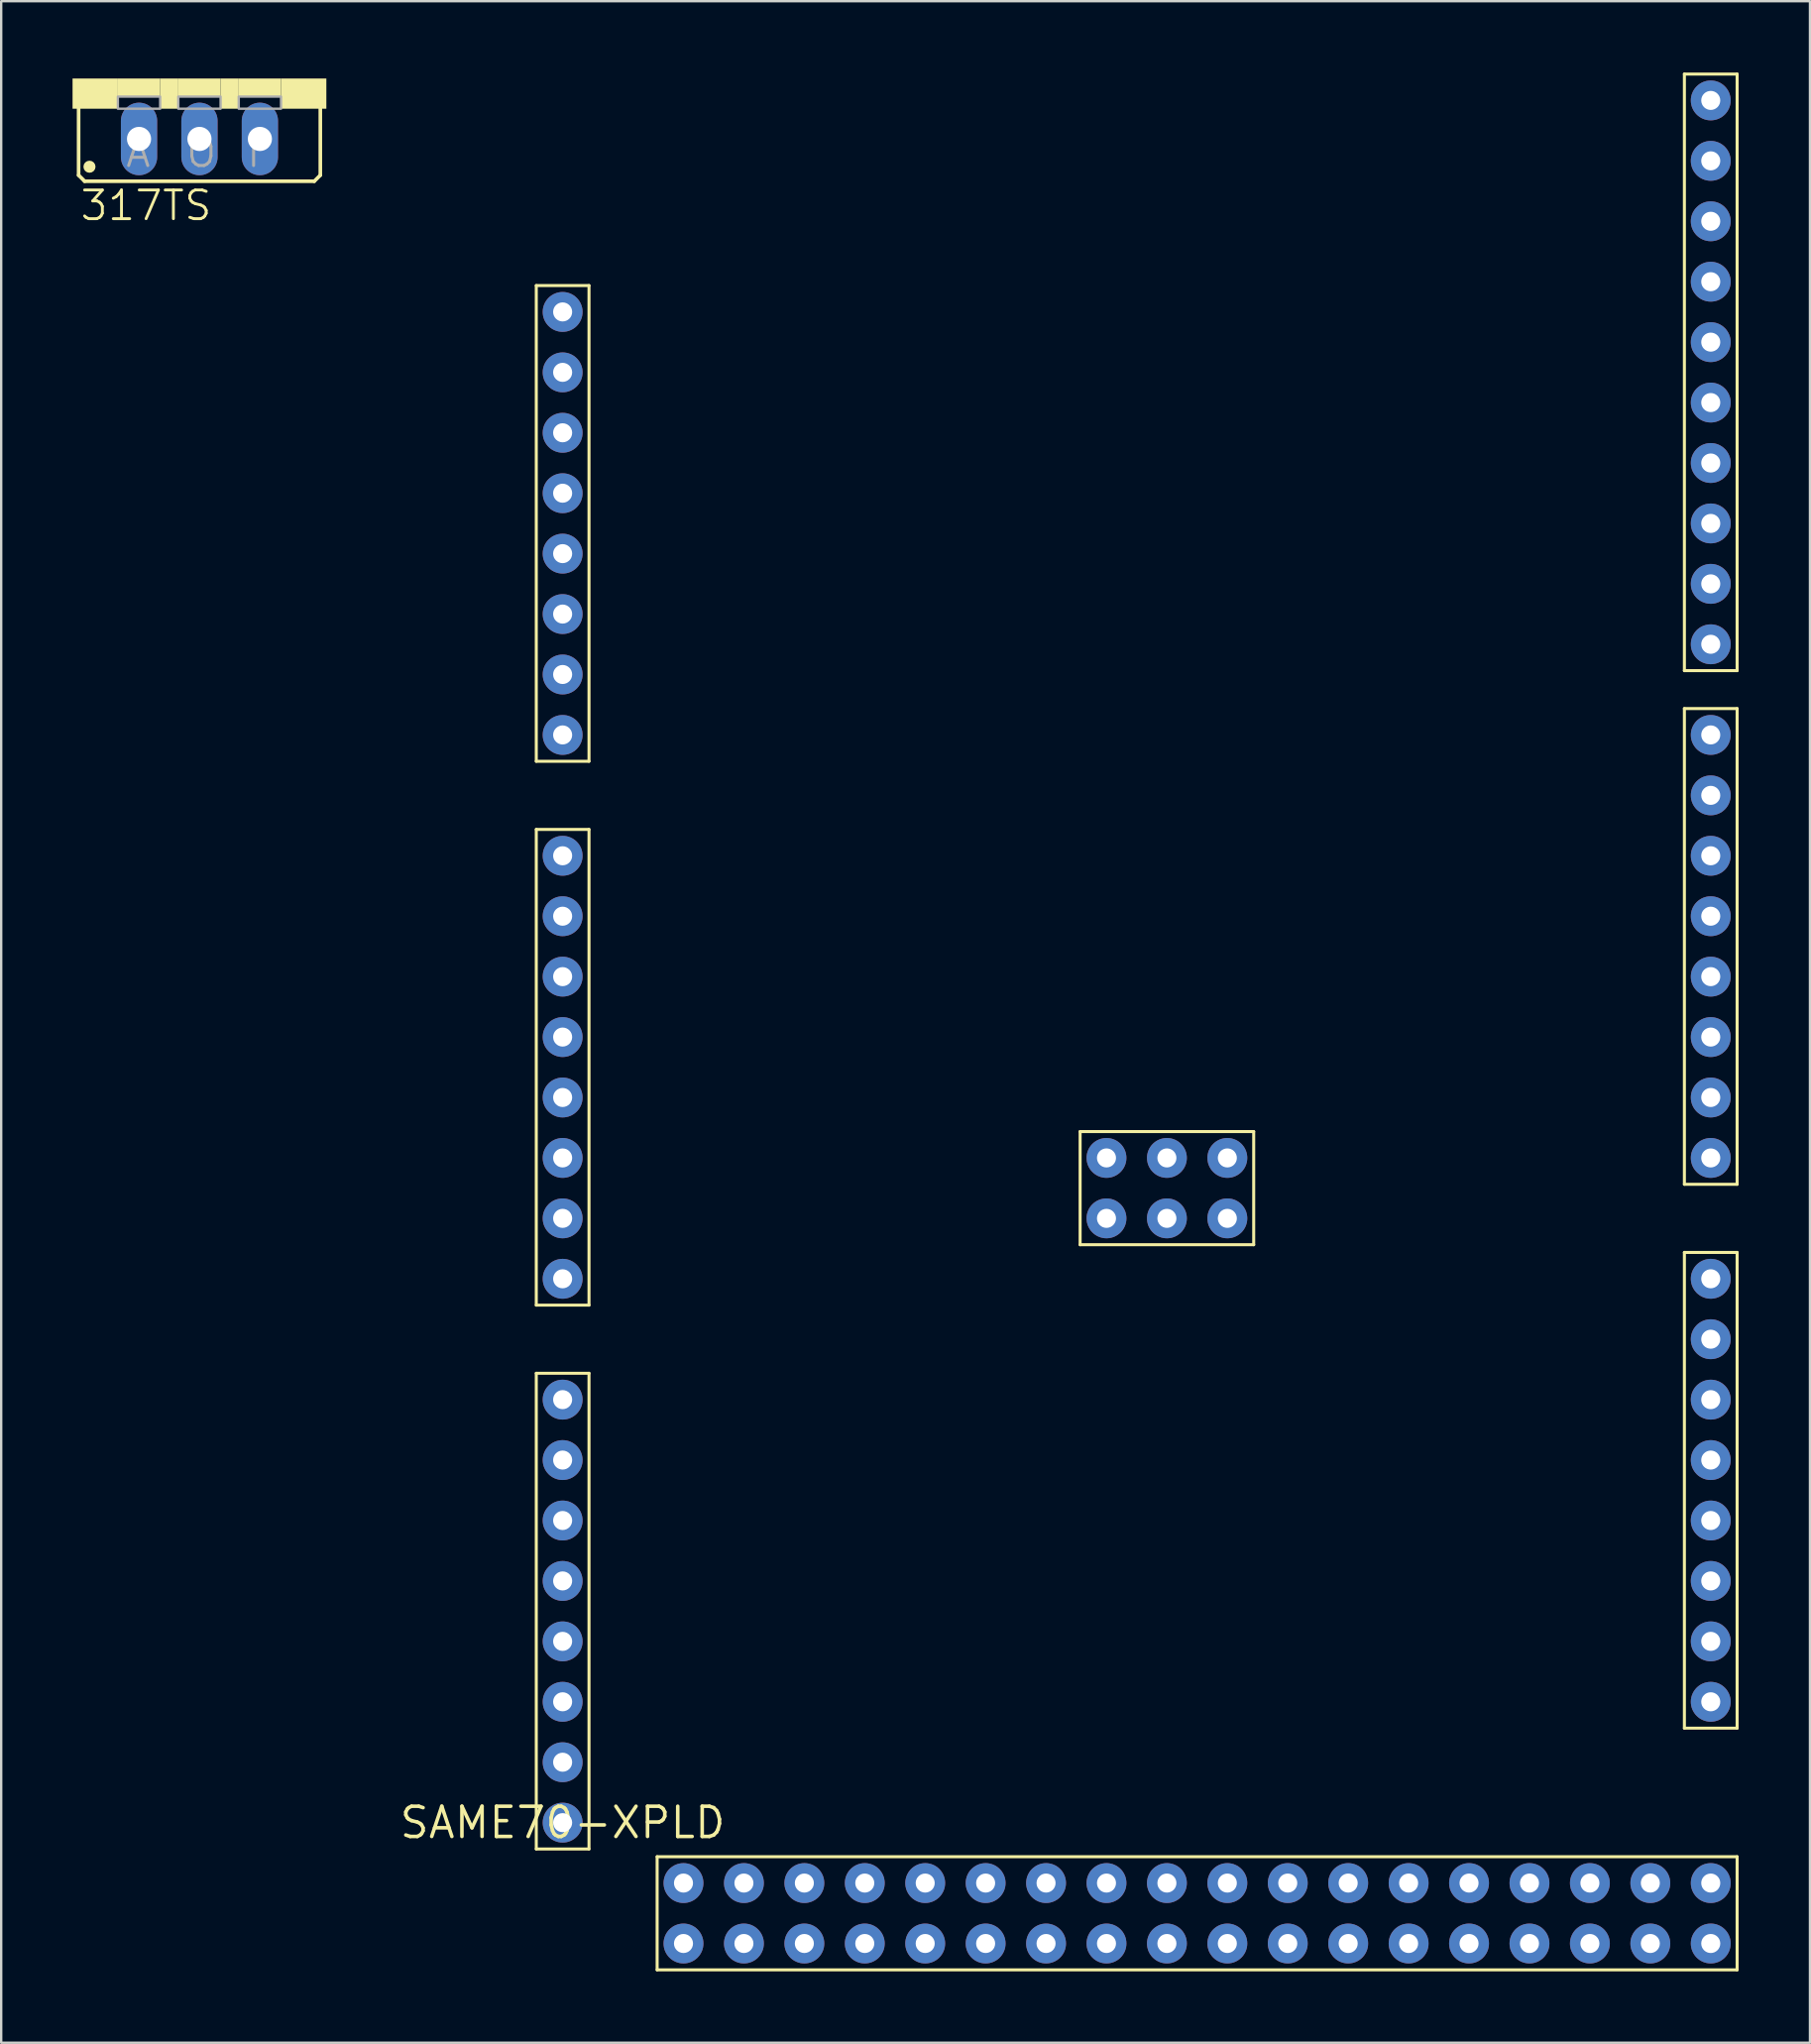
<source format=kicad_pcb>
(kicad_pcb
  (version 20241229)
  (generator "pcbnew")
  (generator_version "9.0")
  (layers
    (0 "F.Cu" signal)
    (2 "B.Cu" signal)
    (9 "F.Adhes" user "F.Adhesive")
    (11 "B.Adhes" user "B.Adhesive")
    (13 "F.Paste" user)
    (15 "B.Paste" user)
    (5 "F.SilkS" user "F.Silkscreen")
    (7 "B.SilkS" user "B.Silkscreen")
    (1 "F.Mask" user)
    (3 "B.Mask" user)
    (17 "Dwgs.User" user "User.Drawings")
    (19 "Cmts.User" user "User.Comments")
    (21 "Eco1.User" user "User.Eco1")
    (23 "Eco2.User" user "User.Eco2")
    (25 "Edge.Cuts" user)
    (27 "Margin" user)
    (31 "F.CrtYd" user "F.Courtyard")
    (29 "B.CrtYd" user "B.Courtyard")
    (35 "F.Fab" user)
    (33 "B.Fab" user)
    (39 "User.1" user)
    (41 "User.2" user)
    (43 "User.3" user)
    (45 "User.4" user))
  (footprint "317TS"
    (layer "F.Cu")
    (at 5.334 0.25)
    (property "Reference" "317TS" (at -5.08 6.045 0) (layer "F.SilkS") (effects (font (size 1.206 1.206) (thickness 0.121)) (justify left bottom)))
    (attr through_hole)
    (fp_line (start -5.08 4.064) (end -5.08 1.143) (stroke (width 0.152) (type solid)) (layer "F.SilkS"))
    (fp_line (start -5.08 4.064) (end -4.826 4.318) (stroke (width 0.152) (type solid)) (layer "F.SilkS"))
    (fp_line (start 4.826 4.318) (end -4.826 4.318) (stroke (width 0.152) (type solid)) (layer "F.SilkS"))
    (fp_line (start 4.826 4.318) (end 5.08 4.064) (stroke (width 0.152) (type solid)) (layer "F.SilkS"))
    (fp_line (start 5.08 1.143) (end 5.08 4.064) (stroke (width 0.152) (type solid)) (layer "F.SilkS"))
    (fp_circle (center -4.623 3.708) (end -4.496 3.708) (stroke (width 0.254) (type solid)) (fill no) (layer "F.SilkS"))
    (fp_poly (pts (xy -5.334 1.27) (xy -3.429 1.27) (xy -3.429 0) (xy -5.334 0)) (stroke (width 0) (type solid)) (fill yes) (layer "F.SilkS"))
    (fp_poly (pts (xy -3.429 0.762) (xy -1.651 0.762) (xy -1.651 0) (xy -3.429 0)) (stroke (width 0) (type solid)) (fill yes) (layer "F.SilkS"))
    (fp_poly (pts (xy -1.651 1.27) (xy -0.889 1.27) (xy -0.889 0) (xy -1.651 0)) (stroke (width 0) (type solid)) (fill yes) (layer "F.SilkS"))
    (fp_poly (pts (xy -0.889 0.762) (xy 0.889 0.762) (xy 0.889 0) (xy -0.889 0)) (stroke (width 0) (type solid)) (fill yes) (layer "F.SilkS"))
    (fp_poly (pts (xy 0.889 1.27) (xy 1.651 1.27) (xy 1.651 0) (xy 0.889 0)) (stroke (width 0) (type solid)) (fill yes) (layer "F.SilkS"))
    (fp_poly (pts (xy 1.651 0.762) (xy 3.429 0.762) (xy 3.429 0) (xy 1.651 0)) (stroke (width 0) (type solid)) (fill yes) (layer "F.SilkS"))
    (fp_poly (pts (xy 3.429 1.27) (xy 5.334 1.27) (xy 5.334 0) (xy 3.429 0)) (stroke (width 0) (type solid)) (fill yes) (layer "F.SilkS"))
    (fp_poly (pts (xy -3.429 1.27) (xy -1.651 1.27) (xy -1.651 0.762) (xy -3.429 0.762)) (stroke (width 0.1) (type solid)) (fill no) (layer "F.Fab"))
    (fp_poly (pts (xy -0.889 1.27) (xy 0.889 1.27) (xy 0.889 0.762) (xy -0.889 0.762)) (stroke (width 0.1) (type solid)) (fill no) (layer "F.Fab"))
    (fp_poly (pts (xy 1.651 1.27) (xy 3.429 1.27) (xy 3.429 0.762) (xy 1.651 0.762)) (stroke (width 0.1) (type solid)) (fill no) (layer "F.Fab"))
    (fp_text user "O" (at -0.635 3.81 0) (layer "F.Fab") (effects (font (size 1.206 1.206) (thickness 0.127)) (justify left bottom)))
    (fp_text user "I" (at 1.905 3.81 0) (layer "F.Fab") (effects (font (size 1.206 1.206) (thickness 0.127)) (justify left bottom)))
    (fp_text user "A" (at -3.175 3.81 0) (layer "F.Fab") (effects (font (size 1.206 1.206) (thickness 0.127)) (justify left bottom)))
    (pad "1" thru_hole oval (at -2.54 2.54 90) (size 3.048 1.524) (drill 1.016) (layers "*.Cu" "*.Mask"))
    (pad "2" thru_hole oval (at 0 2.54 90) (size 3.048 1.524) (drill 1.016) (layers "*.Cu" "*.Mask"))
    (pad "3" thru_hole oval (at 2.54 2.54 90) (size 3.048 1.524) (drill 1.016) (layers "*.Cu" "*.Mask")))
  (footprint "SAME70-XPLD"
    (layer "F.Cu")
    (at 20.6 73.561)
    (property "Reference" "SAME70-XPLD" (at 0 0 0) (layer "F.SilkS") (effects (font (size 1.27 1.27) (thickness 0.15))))
    (attr through_hole)
    (fp_line (start -1.108 -64.608) (end 1.108 -64.608) (stroke (width 0.127) (type solid)) (layer "F.SilkS"))
    (fp_line (start -1.108 -44.612) (end -1.108 -64.608) (stroke (width 0.127) (type solid)) (layer "F.SilkS"))
    (fp_line (start -1.108 -41.748) (end 1.108 -41.748) (stroke (width 0.127) (type solid)) (layer "F.SilkS"))
    (fp_line (start -1.108 -21.752) (end -1.108 -41.748) (stroke (width 0.127) (type solid)) (layer "F.SilkS"))
    (fp_line (start -1.108 -18.888) (end 1.108 -18.888) (stroke (width 0.127) (type solid)) (layer "F.SilkS"))
    (fp_line (start -1.108 1.108) (end -1.108 -18.888) (stroke (width 0.127) (type solid)) (layer "F.SilkS"))
    (fp_line (start 1.108 -64.608) (end 1.108 -44.612) (stroke (width 0.127) (type solid)) (layer "F.SilkS"))
    (fp_line (start 1.108 -44.612) (end -1.108 -44.612) (stroke (width 0.127) (type solid)) (layer "F.SilkS"))
    (fp_line (start 1.108 -41.748) (end 1.108 -21.752) (stroke (width 0.127) (type solid)) (layer "F.SilkS"))
    (fp_line (start 1.108 -21.752) (end -1.108 -21.752) (stroke (width 0.127) (type solid)) (layer "F.SilkS"))
    (fp_line (start 1.108 -18.888) (end 1.108 1.108) (stroke (width 0.127) (type solid)) (layer "F.SilkS"))
    (fp_line (start 1.108 1.108) (end -1.108 1.108) (stroke (width 0.127) (type solid)) (layer "F.SilkS"))
    (fp_line (start 3.972 1.432) (end 49.368 1.432) (stroke (width 0.127) (type solid)) (layer "F.SilkS"))
    (fp_line (start 3.972 6.188) (end 3.972 1.432) (stroke (width 0.127) (type solid)) (layer "F.SilkS"))
    (fp_line (start 21.752 -29.048) (end 29.048 -29.048) (stroke (width 0.127) (type solid)) (layer "F.SilkS"))
    (fp_line (start 21.752 -24.292) (end 21.752 -29.048) (stroke (width 0.127) (type solid)) (layer "F.SilkS"))
    (fp_line (start 29.048 -29.048) (end 29.048 -24.292) (stroke (width 0.127) (type solid)) (layer "F.SilkS"))
    (fp_line (start 29.048 -24.292) (end 21.752 -24.292) (stroke (width 0.127) (type solid)) (layer "F.SilkS"))
    (fp_line (start 47.152 -73.498) (end 49.368 -73.498) (stroke (width 0.127) (type solid)) (layer "F.SilkS"))
    (fp_line (start 47.152 -48.422) (end 47.152 -73.498) (stroke (width 0.127) (type solid)) (layer "F.SilkS"))
    (fp_line (start 47.152 -46.828) (end 49.368 -46.828) (stroke (width 0.127) (type solid)) (layer "F.SilkS"))
    (fp_line (start 47.152 -26.832) (end 47.152 -46.828) (stroke (width 0.127) (type solid)) (layer "F.SilkS"))
    (fp_line (start 47.152 -23.968) (end 49.368 -23.968) (stroke (width 0.127) (type solid)) (layer "F.SilkS"))
    (fp_line (start 47.152 -3.972) (end 47.152 -23.968) (stroke (width 0.127) (type solid)) (layer "F.SilkS"))
    (fp_line (start 49.368 -73.498) (end 49.368 -48.422) (stroke (width 0.127) (type solid)) (layer "F.SilkS"))
    (fp_line (start 49.368 -48.422) (end 47.152 -48.422) (stroke (width 0.127) (type solid)) (layer "F.SilkS"))
    (fp_line (start 49.368 -46.828) (end 49.368 -26.832) (stroke (width 0.127) (type solid)) (layer "F.SilkS"))
    (fp_line (start 49.368 -26.832) (end 47.152 -26.832) (stroke (width 0.127) (type solid)) (layer "F.SilkS"))
    (fp_line (start 49.368 -23.968) (end 49.368 -3.972) (stroke (width 0.127) (type solid)) (layer "F.SilkS"))
    (fp_line (start 49.368 -3.972) (end 47.152 -3.972) (stroke (width 0.127) (type solid)) (layer "F.SilkS"))
    (fp_line (start 49.368 1.432) (end 49.368 6.188) (stroke (width 0.127) (type solid)) (layer "F.SilkS"))
    (fp_line (start 49.368 6.188) (end 3.972 6.188) (stroke (width 0.127) (type solid)) (layer "F.SilkS"))
    (pad "J506-0" thru_hole circle (at 27.94 -27.94 180) (size 1.676 1.676) (drill 0.8) (layers "*.Cu" "*.Mask"))
    (pad "J506-1" thru_hole circle (at 25.4 -27.94 180) (size 1.676 1.676) (drill 0.8) (layers "*.Cu" "*.Mask"))
    (pad "J506-2" thru_hole circle (at 22.86 -27.94 180) (size 1.676 1.676) (drill 0.8) (layers "*.Cu" "*.Mask"))
    (pad "J506-3" thru_hole circle (at 22.86 -25.4 180) (size 1.676 1.676) (drill 0.8) (layers "*.Cu" "*.Mask"))
    (pad "J506-4" thru_hole circle (at 25.4 -25.4 180) (size 1.676 1.676) (drill 0.8) (layers "*.Cu" "*.Mask"))
    (pad "J506-5" thru_hole circle (at 27.94 -25.4 180) (size 1.676 1.676) (drill 0.8) (layers "*.Cu" "*.Mask"))
    (pad "J5000" thru_hole circle (at 48.26 -72.39) (size 1.676 1.676) (drill 0.8) (layers "*.Cu" "*.Mask"))
    (pad "J5001" thru_hole circle (at 48.26 -69.85) (size 1.676 1.676) (drill 0.8) (layers "*.Cu" "*.Mask"))
    (pad "J5002" thru_hole circle (at 48.26 -67.31) (size 1.676 1.676) (drill 0.8) (layers "*.Cu" "*.Mask"))
    (pad "J5003" thru_hole circle (at 48.26 -64.77) (size 1.676 1.676) (drill 0.8) (layers "*.Cu" "*.Mask"))
    (pad "J5004" thru_hole circle (at 48.26 -62.23) (size 1.676 1.676) (drill 0.8) (layers "*.Cu" "*.Mask"))
    (pad "J5005" thru_hole circle (at 48.26 -59.69) (size 1.676 1.676) (drill 0.8) (layers "*.Cu" "*.Mask"))
    (pad "J5006" thru_hole circle (at 48.26 -57.15) (size 1.676 1.676) (drill 0.8) (layers "*.Cu" "*.Mask"))
    (pad "J5007" thru_hole circle (at 48.26 -54.61) (size 1.676 1.676) (drill 0.8) (layers "*.Cu" "*.Mask"))
    (pad "J5008" thru_hole circle (at 48.26 -52.07) (size 1.676 1.676) (drill 0.8) (layers "*.Cu" "*.Mask"))
    (pad "J5009" thru_hole circle (at 48.26 -49.53) (size 1.676 1.676) (drill 0.8) (layers "*.Cu" "*.Mask"))
    (pad "J5010" thru_hole circle (at 0 -63.5) (size 1.676 1.676) (drill 0.8) (layers "*.Cu" "*.Mask"))
    (pad "J5011" thru_hole circle (at 0 -60.96) (size 1.676 1.676) (drill 0.8) (layers "*.Cu" "*.Mask"))
    (pad "J5012" thru_hole circle (at 0 -58.42) (size 1.676 1.676) (drill 0.8) (layers "*.Cu" "*.Mask"))
    (pad "J5013" thru_hole circle (at 0 -55.88) (size 1.676 1.676) (drill 0.8) (layers "*.Cu" "*.Mask"))
    (pad "J5014" thru_hole circle (at 0 -53.34) (size 1.676 1.676) (drill 0.8) (layers "*.Cu" "*.Mask"))
    (pad "J5015" thru_hole circle (at 0 -50.8) (size 1.676 1.676) (drill 0.8) (layers "*.Cu" "*.Mask"))
    (pad "J5016" thru_hole circle (at 0 -48.26) (size 1.676 1.676) (drill 0.8) (layers "*.Cu" "*.Mask"))
    (pad "J5017" thru_hole circle (at 0 -45.72) (size 1.676 1.676) (drill 0.8) (layers "*.Cu" "*.Mask"))
    (pad "J5020" thru_hole circle (at 0 -40.64) (size 1.676 1.676) (drill 0.8) (layers "*.Cu" "*.Mask"))
    (pad "J5021" thru_hole circle (at 0 -38.1) (size 1.676 1.676) (drill 0.8) (layers "*.Cu" "*.Mask"))
    (pad "J5022" thru_hole circle (at 0 -35.56) (size 1.676 1.676) (drill 0.8) (layers "*.Cu" "*.Mask"))
    (pad "J5023" thru_hole circle (at 0 -33.02) (size 1.676 1.676) (drill 0.8) (layers "*.Cu" "*.Mask"))
    (pad "J5024" thru_hole circle (at 0 -30.48) (size 1.676 1.676) (drill 0.8) (layers "*.Cu" "*.Mask"))
    (pad "J5025" thru_hole circle (at 0 -27.94) (size 1.676 1.676) (drill 0.8) (layers "*.Cu" "*.Mask"))
    (pad "J5026" thru_hole circle (at 0 -25.4) (size 1.676 1.676) (drill 0.8) (layers "*.Cu" "*.Mask"))
    (pad "J5027" thru_hole circle (at 0 -22.86) (size 1.676 1.676) (drill 0.8) (layers "*.Cu" "*.Mask"))
    (pad "J5030" thru_hole circle (at 48.26 -45.72) (size 1.676 1.676) (drill 0.8) (layers "*.Cu" "*.Mask"))
    (pad "J5031" thru_hole circle (at 48.26 -43.18) (size 1.676 1.676) (drill 0.8) (layers "*.Cu" "*.Mask"))
    (pad "J5032" thru_hole circle (at 48.26 -40.64) (size 1.676 1.676) (drill 0.8) (layers "*.Cu" "*.Mask"))
    (pad "J5033" thru_hole circle (at 48.26 -38.1) (size 1.676 1.676) (drill 0.8) (layers "*.Cu" "*.Mask"))
    (pad "J5034" thru_hole circle (at 48.26 -35.56) (size 1.676 1.676) (drill 0.8) (layers "*.Cu" "*.Mask"))
    (pad "J5035" thru_hole circle (at 48.26 -33.02) (size 1.676 1.676) (drill 0.8) (layers "*.Cu" "*.Mask"))
    (pad "J5036" thru_hole circle (at 48.26 -30.48) (size 1.676 1.676) (drill 0.8) (layers "*.Cu" "*.Mask"))
    (pad "J5037" thru_hole circle (at 48.26 -27.94) (size 1.676 1.676) (drill 0.8) (layers "*.Cu" "*.Mask"))
    (pad "J5040" thru_hole circle (at 0 -17.78) (size 1.676 1.676) (drill 0.8) (layers "*.Cu" "*.Mask"))
    (pad "J5041" thru_hole circle (at 0 -15.24) (size 1.676 1.676) (drill 0.8) (layers "*.Cu" "*.Mask"))
    (pad "J5042" thru_hole circle (at 0 -12.7) (size 1.676 1.676) (drill 0.8) (layers "*.Cu" "*.Mask"))
    (pad "J5043" thru_hole circle (at 0 -10.16) (size 1.676 1.676) (drill 0.8) (layers "*.Cu" "*.Mask"))
    (pad "J5044" thru_hole circle (at 0 -7.62) (size 1.676 1.676) (drill 0.8) (layers "*.Cu" "*.Mask"))
    (pad "J5045" thru_hole circle (at 0 -5.08) (size 1.676 1.676) (drill 0.8) (layers "*.Cu" "*.Mask"))
    (pad "J5046" thru_hole circle (at 0 -2.54) (size 1.676 1.676) (drill 0.8) (layers "*.Cu" "*.Mask"))
    (pad "J5047" thru_hole circle (at 0 0) (size 1.676 1.676) (drill 0.8) (layers "*.Cu" "*.Mask"))
    (pad "J5050" thru_hole circle (at 48.26 -22.86) (size 1.676 1.676) (drill 0.8) (layers "*.Cu" "*.Mask"))
    (pad "J5051" thru_hole circle (at 48.26 -20.32) (size 1.676 1.676) (drill 0.8) (layers "*.Cu" "*.Mask"))
    (pad "J5052" thru_hole circle (at 48.26 -17.78) (size 1.676 1.676) (drill 0.8) (layers "*.Cu" "*.Mask"))
    (pad "J5053" thru_hole circle (at 48.26 -15.24) (size 1.676 1.676) (drill 0.8) (layers "*.Cu" "*.Mask"))
    (pad "J5054" thru_hole circle (at 48.26 -12.7) (size 1.676 1.676) (drill 0.8) (layers "*.Cu" "*.Mask"))
    (pad "J5055" thru_hole circle (at 48.26 -10.16) (size 1.676 1.676) (drill 0.8) (layers "*.Cu" "*.Mask"))
    (pad "J5056" thru_hole circle (at 48.26 -7.62) (size 1.676 1.676) (drill 0.8) (layers "*.Cu" "*.Mask"))
    (pad "J5057" thru_hole circle (at 48.26 -5.08) (size 1.676 1.676) (drill 0.8) (layers "*.Cu" "*.Mask"))
    (pad "J5070" thru_hole circle (at 48.26 2.54 270) (size 1.676 1.676) (drill 0.8) (layers "*.Cu" "*.Mask"))
    (pad "J5071" thru_hole circle (at 45.72 2.54 270) (size 1.676 1.676) (drill 0.8) (layers "*.Cu" "*.Mask"))
    (pad "J5072" thru_hole circle (at 43.18 2.54 48.3) (size 1.676 1.676) (drill 0.8) (layers "*.Cu" "*.Mask"))
    (pad "J5073" thru_hole circle (at 40.64 2.54) (size 1.676 1.676) (drill 0.8) (layers "*.Cu" "*.Mask"))
    (pad "J5074" thru_hole circle (at 38.1 2.54 270) (size 1.676 1.676) (drill 0.8) (layers "*.Cu" "*.Mask"))
    (pad "J5075" thru_hole circle (at 35.56 2.54 270) (size 1.676 1.676) (drill 0.8) (layers "*.Cu" "*.Mask"))
    (pad "J5076" thru_hole circle (at 33.02 2.54 270) (size 1.676 1.676) (drill 0.8) (layers "*.Cu" "*.Mask"))
    (pad "J5077" thru_hole circle (at 30.48 2.54 270) (size 1.676 1.676) (drill 0.8) (layers "*.Cu" "*.Mask"))
    (pad "J5078" thru_hole circle (at 27.94 2.54 270) (size 1.676 1.676) (drill 0.8) (layers "*.Cu" "*.Mask"))
    (pad "J5079" thru_hole circle (at 25.4 2.54 270) (size 1.676 1.676) (drill 0.8) (layers "*.Cu" "*.Mask"))
    (pad "J50710" thru_hole circle (at 22.86 2.54 270) (size 1.676 1.676) (drill 0.8) (layers "*.Cu" "*.Mask"))
    (pad "J50711" thru_hole circle (at 20.32 2.54 270) (size 1.676 1.676) (drill 0.8) (layers "*.Cu" "*.Mask"))
    (pad "J50712" thru_hole circle (at 17.78 2.54 270) (size 1.676 1.676) (drill 0.8) (layers "*.Cu" "*.Mask"))
    (pad "J50713" thru_hole circle (at 15.24 2.54 270) (size 1.676 1.676) (drill 0.8) (layers "*.Cu" "*.Mask"))
    (pad "J50714" thru_hole circle (at 12.7 2.54 270) (size 1.676 1.676) (drill 0.8) (layers "*.Cu" "*.Mask"))
    (pad "J50715" thru_hole circle (at 10.16 2.54 270) (size 1.676 1.676) (drill 0.8) (layers "*.Cu" "*.Mask"))
    (pad "J50716" thru_hole circle (at 7.62 2.54) (size 1.676 1.676) (drill 0.8) (layers "*.Cu" "*.Mask"))
    (pad "J50717" thru_hole circle (at 5.08 2.54 270) (size 1.676 1.676) (drill 0.8) (layers "*.Cu" "*.Mask"))
    (pad "J50718" thru_hole circle (at 5.08 5.08 270) (size 1.676 1.676) (drill 0.8) (layers "*.Cu" "*.Mask"))
    (pad "J50719" thru_hole circle (at 7.62 5.08 270) (size 1.676 1.676) (drill 0.8) (layers "*.Cu" "*.Mask"))
    (pad "J50720" thru_hole circle (at 10.16 5.08 270) (size 1.676 1.676) (drill 0.8) (layers "*.Cu" "*.Mask"))
    (pad "J50721" thru_hole circle (at 12.7 5.08 270) (size 1.676 1.676) (drill 0.8) (layers "*.Cu" "*.Mask"))
    (pad "J50722" thru_hole circle (at 15.24 5.08 270) (size 1.676 1.676) (drill 0.8) (layers "*.Cu" "*.Mask"))
    (pad "J50723" thru_hole circle (at 17.78 5.08 270) (size 1.676 1.676) (drill 0.8) (layers "*.Cu" "*.Mask"))
    (pad "J50724" thru_hole circle (at 20.32 5.08) (size 1.676 1.676) (drill 0.8) (layers "*.Cu" "*.Mask"))
    (pad "J50725" thru_hole circle (at 22.86 5.08 270) (size 1.676 1.676) (drill 0.8) (layers "*.Cu" "*.Mask"))
    (pad "J50726" thru_hole circle (at 25.4 5.08 270) (size 1.676 1.676) (drill 0.8) (layers "*.Cu" "*.Mask"))
    (pad "J50727" thru_hole circle (at 27.94 5.08 270) (size 1.676 1.676) (drill 0.8) (layers "*.Cu" "*.Mask"))
    (pad "J50728" thru_hole circle (at 30.48 5.08 270) (size 1.676 1.676) (drill 0.8) (layers "*.Cu" "*.Mask"))
    (pad "J50729" thru_hole circle (at 33.02 5.08 270) (size 1.676 1.676) (drill 0.8) (layers "*.Cu" "*.Mask"))
    (pad "J50730" thru_hole circle (at 35.56 5.08 270) (size 1.676 1.676) (drill 0.8) (layers "*.Cu" "*.Mask"))
    (pad "J50731" thru_hole circle (at 38.1 5.08 270) (size 1.676 1.676) (drill 0.8) (layers "*.Cu" "*.Mask"))
    (pad "J50732" thru_hole circle (at 40.64 5.08 270) (size 1.676 1.676) (drill 0.8) (layers "*.Cu" "*.Mask"))
    (pad "J50733" thru_hole circle (at 43.18 5.08 270) (size 1.676 1.676) (drill 0.8) (layers "*.Cu" "*.Mask"))
    (pad "J50734" thru_hole circle (at 45.72 5.08 270) (size 1.676 1.676) (drill 0.8) (layers "*.Cu" "*.Mask"))
    (pad "J50735" thru_hole circle (at 48.26 5.08) (size 1.676 1.676) (drill 0.8) (layers "*.Cu" "*.Mask")))
  (gr_rect
    (start -3 -3)
    (end 73.031 82.813)
    (stroke (width 0.1) (type default))
    (fill no)
    (layer "Edge.Cuts")))
</source>
